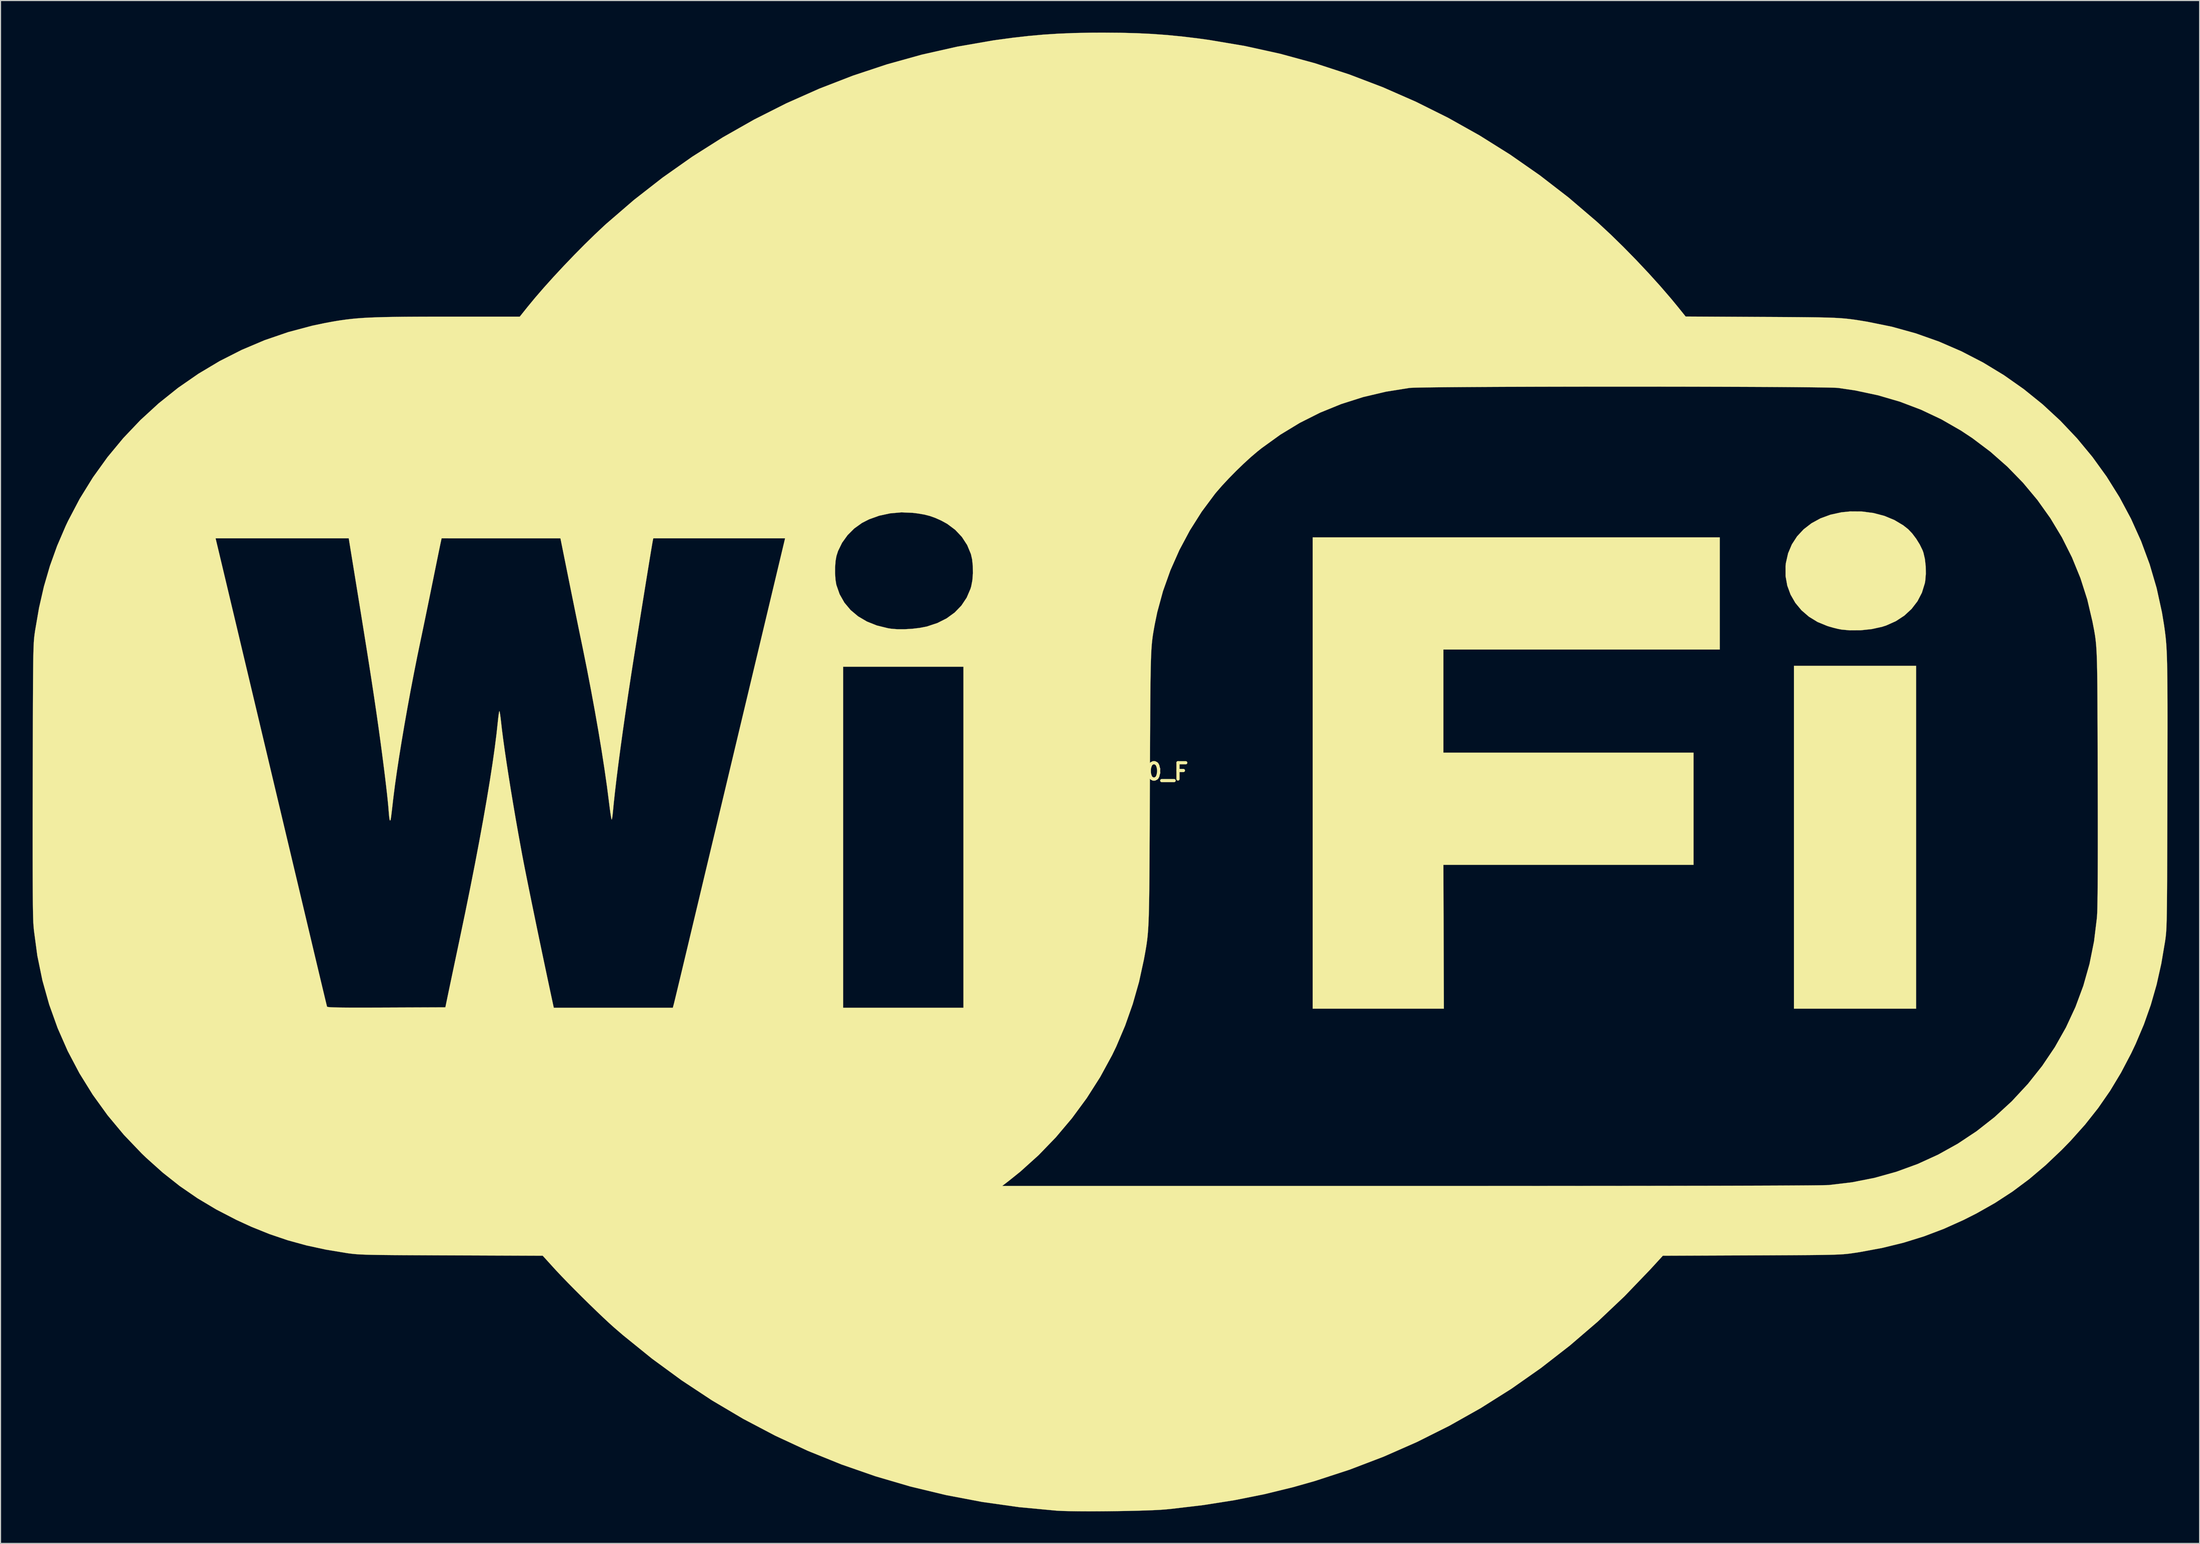
<source format=kicad_pcb>
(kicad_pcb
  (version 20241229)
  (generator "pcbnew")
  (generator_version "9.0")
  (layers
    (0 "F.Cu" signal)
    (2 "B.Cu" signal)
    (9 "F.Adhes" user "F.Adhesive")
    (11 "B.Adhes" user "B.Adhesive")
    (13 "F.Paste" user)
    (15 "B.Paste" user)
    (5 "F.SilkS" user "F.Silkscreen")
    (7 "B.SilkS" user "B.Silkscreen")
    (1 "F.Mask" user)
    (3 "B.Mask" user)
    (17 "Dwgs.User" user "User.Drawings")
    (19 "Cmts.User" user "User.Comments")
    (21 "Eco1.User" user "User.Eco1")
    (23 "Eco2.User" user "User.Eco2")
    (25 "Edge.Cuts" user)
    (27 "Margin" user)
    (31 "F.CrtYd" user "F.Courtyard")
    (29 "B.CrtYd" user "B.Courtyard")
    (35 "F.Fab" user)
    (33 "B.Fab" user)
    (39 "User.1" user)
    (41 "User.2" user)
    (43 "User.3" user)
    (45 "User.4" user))
  (footprint "wi-fi_13x20_F"
    (layer "F.Cu")
    (at 99.903 69.175)
    (property "Reference" "wi-fi_13x20_F" (at 0 0 0) (layer "F.SilkS") (effects (font (size 1.524 1.524) (thickness 0.3))))
    (attr through_hole)
    (fp_poly (pts (xy 76.369 22.183) (xy 64.939 22.183) (xy 64.939 -9.906) (xy 76.369 -9.906) (xy 76.369 22.183)) (stroke (width 0.01) (type solid)) (fill yes) (layer "F.SilkS"))
    (fp_poly (pts (xy 57.997 -11.43) (xy 32.131 -11.43) (xy 32.131 -1.778) (xy 55.541 -1.778) (xy 55.541 8.721) (xy 43.836 8.721) (xy 32.131 8.721) (xy 32.175 22.183) (xy 19.897 22.183) (xy 19.897 -21.929) (xy 57.997 -21.929) (xy 57.997 -11.43)) (stroke (width 0.01) (type solid)) (fill yes) (layer "F.SilkS"))
    (fp_poly (pts (xy 71.302 -24.35) (xy 72.379 -24.21) (xy 73.398 -23.942) (xy 74.337 -23.553) (xy 75.176 -23.05) (xy 75.625 -22.695) (xy 76.003 -22.3) (xy 76.38 -21.8) (xy 76.717 -21.255) (xy 76.975 -20.724) (xy 77.054 -20.507) (xy 77.192 -19.914) (xy 77.269 -19.23) (xy 77.282 -18.525) (xy 77.228 -17.868) (xy 77.185 -17.627) (xy 76.915 -16.752) (xy 76.499 -15.95) (xy 75.946 -15.231) (xy 75.269 -14.606) (xy 74.479 -14.088) (xy 73.586 -13.688) (xy 73.194 -13.56) (xy 72.232 -13.347) (xy 71.196 -13.235) (xy 70.15 -13.229) (xy 69.384 -13.3) (xy 69.073 -13.359) (xy 68.67 -13.457) (xy 68.242 -13.578) (xy 68.056 -13.636) (xy 67.146 -14.01) (xy 66.339 -14.505) (xy 65.643 -15.105) (xy 65.067 -15.799) (xy 64.622 -16.571) (xy 64.314 -17.409) (xy 64.154 -18.299) (xy 64.151 -19.227) (xy 64.184 -19.531) (xy 64.39 -20.439) (xy 64.742 -21.272) (xy 65.231 -22.024) (xy 65.846 -22.685) (xy 66.578 -23.249) (xy 67.416 -23.707) (xy 68.352 -24.051) (xy 69.376 -24.275) (xy 70.189 -24.357) (xy 71.302 -24.35)) (stroke (width 0.01) (type solid)) (fill yes) (layer "F.SilkS"))
    (fp_poly (pts (xy 1.902 -69.158) (xy 3.427 -69.118) (xy 4.871 -69.049) (xy 6.28 -68.946) (xy 7.697 -68.807) (xy 9.166 -68.63) (xy 10.202 -68.487) (xy 13.546 -67.923) (xy 16.85 -67.195) (xy 20.107 -66.307) (xy 23.313 -65.262) (xy 26.462 -64.061) (xy 29.548 -62.707) (xy 32.565 -61.204) (xy 35.509 -59.553) (xy 38.374 -57.757) (xy 41.153 -55.819) (xy 43.842 -53.742) (xy 46.435 -51.527) (xy 46.674 -51.312) (xy 47.803 -50.261) (xy 48.974 -49.116) (xy 50.154 -47.912) (xy 51.313 -46.681) (xy 52.418 -45.459) (xy 53.437 -44.278) (xy 54.038 -43.548) (xy 54.804 -42.599) (xy 61.925 -42.562) (xy 63.214 -42.556) (xy 64.348 -42.549) (xy 65.34 -42.542) (xy 66.205 -42.534) (xy 66.956 -42.525) (xy 67.607 -42.513) (xy 68.173 -42.498) (xy 68.667 -42.48) (xy 69.103 -42.457) (xy 69.495 -42.43) (xy 69.857 -42.397) (xy 70.203 -42.358) (xy 70.547 -42.313) (xy 70.902 -42.26) (xy 71.283 -42.199) (xy 71.704 -42.129) (xy 71.797 -42.114) (xy 74.096 -41.647) (xy 76.335 -41.026) (xy 78.51 -40.256) (xy 80.614 -39.343) (xy 82.642 -38.294) (xy 84.587 -37.113) (xy 86.444 -35.807) (xy 88.208 -34.383) (xy 89.871 -32.845) (xy 91.428 -31.2) (xy 92.874 -29.454) (xy 94.203 -27.614) (xy 95.408 -25.684) (xy 96.484 -23.671) (xy 97.425 -21.58) (xy 98.225 -19.419) (xy 98.879 -17.192) (xy 99.38 -14.906) (xy 99.569 -13.758) (xy 99.615 -13.44) (xy 99.657 -13.135) (xy 99.695 -12.836) (xy 99.729 -12.532) (xy 99.759 -12.215) (xy 99.786 -11.875) (xy 99.809 -11.504) (xy 99.829 -11.091) (xy 99.846 -10.629) (xy 99.86 -10.106) (xy 99.872 -9.516) (xy 99.881 -8.847) (xy 99.888 -8.091) (xy 99.893 -7.239) (xy 99.897 -6.282) (xy 99.898 -5.21) (xy 99.898 -4.014) (xy 99.896 -2.685) (xy 99.894 -1.213) (xy 99.89 0.41) (xy 99.886 2.074) (xy 99.882 3.777) (xy 99.878 5.319) (xy 99.874 6.71) (xy 99.87 7.958) (xy 99.866 9.072) (xy 99.862 10.061) (xy 99.857 10.934) (xy 99.851 11.699) (xy 99.845 12.367) (xy 99.838 12.944) (xy 99.83 13.442) (xy 99.821 13.867) (xy 99.81 14.23) (xy 99.799 14.538) (xy 99.785 14.801) (xy 99.77 15.029) (xy 99.753 15.228) (xy 99.734 15.409) (xy 99.713 15.581) (xy 99.69 15.751) (xy 99.672 15.875) (xy 99.318 17.967) (xy 98.876 19.942) (xy 98.335 21.83) (xy 97.687 23.663) (xy 96.921 25.474) (xy 96.498 26.366) (xy 95.546 28.18) (xy 94.524 29.876) (xy 93.409 31.485) (xy 92.182 33.036) (xy 90.819 34.56) (xy 90.006 35.395) (xy 88.488 36.836) (xy 86.96 38.131) (xy 85.393 39.3) (xy 83.757 40.365) (xy 82.023 41.347) (xy 80.814 41.958) (xy 78.961 42.791) (xy 77.095 43.498) (xy 75.187 44.09) (xy 73.205 44.575) (xy 71.117 44.963) (xy 70.443 45.065) (xy 70.232 45.095) (xy 70.025 45.121) (xy 69.811 45.144) (xy 69.578 45.164) (xy 69.314 45.181) (xy 69.009 45.196) (xy 68.65 45.209) (xy 68.226 45.22) (xy 67.727 45.23) (xy 67.139 45.238) (xy 66.452 45.245) (xy 65.655 45.251) (xy 64.736 45.257) (xy 63.683 45.262) (xy 62.486 45.268) (xy 61.131 45.273) (xy 60.942 45.274) (xy 52.669 45.306) (xy 51.491 46.592) (xy 49.079 49.103) (xy 46.571 51.477) (xy 43.967 53.713) (xy 41.272 55.808) (xy 38.489 57.762) (xy 35.62 59.571) (xy 32.668 61.234) (xy 29.637 62.75) (xy 26.53 64.117) (xy 23.348 65.332) (xy 20.097 66.394) (xy 18.076 66.967) (xy 15.351 67.633) (xy 12.553 68.191) (xy 9.661 68.646) (xy 6.653 69.001) (xy 6.096 69.054) (xy 5.628 69.089) (xy 5.015 69.12) (xy 4.285 69.148) (xy 3.461 69.173) (xy 2.57 69.193) (xy 1.637 69.209) (xy 0.687 69.22) (xy -0.254 69.227) (xy -1.161 69.228) (xy -2.008 69.224) (xy -2.771 69.214) (xy -3.422 69.198) (xy -3.938 69.176) (xy -4.064 69.168) (xy -7.578 68.839) (xy -11.031 68.352) (xy -14.422 67.708) (xy -17.75 66.908) (xy -21.013 65.951) (xy -24.211 64.839) (xy -27.342 63.572) (xy -30.404 62.15) (xy -33.397 60.575) (xy -36.319 58.846) (xy -39.169 56.964) (xy -41.945 54.93) (xy -44.647 52.744) (xy -45.466 52.039) (xy -45.933 51.619) (xy -46.491 51.1) (xy -47.116 50.505) (xy -47.783 49.858) (xy -48.468 49.184) (xy -49.146 48.507) (xy -49.794 47.85) (xy -50.386 47.238) (xy -50.898 46.695) (xy -51.109 46.465) (xy -52.161 45.306) (xy -60.688 45.274) (xy -62.083 45.269) (xy -63.32 45.263) (xy -64.411 45.258) (xy -65.366 45.253) (xy -66.196 45.247) (xy -66.914 45.24) (xy -67.53 45.233) (xy -68.055 45.224) (xy -68.502 45.214) (xy -68.88 45.201) (xy -69.202 45.187) (xy -69.479 45.171) (xy -69.721 45.152) (xy -69.941 45.131) (xy -70.149 45.106) (xy -70.357 45.079) (xy -70.485 45.061) (xy -72.438 44.738) (xy -74.27 44.342) (xy -76.02 43.861) (xy -77.724 43.284) (xy -79.419 42.601) (xy -80.834 41.95) (xy -82.718 40.974) (xy -84.471 39.927) (xy -86.128 38.787) (xy -86.14 38.777) (xy -9.162 38.777) (xy 28.977 38.777) (xy 32.522 38.777) (xy 35.898 38.777) (xy 39.105 38.776) (xy 42.144 38.774) (xy 45.013 38.772) (xy 47.715 38.77) (xy 50.249 38.768) (xy 52.614 38.765) (xy 54.813 38.761) (xy 56.843 38.758) (xy 58.707 38.754) (xy 60.404 38.749) (xy 61.933 38.744) (xy 63.297 38.739) (xy 64.494 38.733) (xy 65.525 38.727) (xy 66.39 38.721) (xy 67.089 38.714) (xy 67.623 38.706) (xy 67.992 38.699) (xy 68.196 38.691) (xy 68.208 38.69) (xy 70.366 38.434) (xy 72.473 38.019) (xy 74.522 37.447) (xy 76.509 36.722) (xy 78.427 35.846) (xy 80.269 34.821) (xy 82.031 33.651) (xy 83.705 32.338) (xy 85.286 30.885) (xy 85.349 30.823) (xy 86.831 29.226) (xy 88.167 27.544) (xy 89.356 25.78) (xy 90.395 23.939) (xy 91.284 22.025) (xy 92.019 20.042) (xy 92.599 17.994) (xy 93.022 15.885) (xy 93.286 13.721) (xy 93.306 13.462) (xy 93.322 13.171) (xy 93.335 12.729) (xy 93.346 12.134) (xy 93.356 11.385) (xy 93.363 10.479) (xy 93.369 9.415) (xy 93.373 8.191) (xy 93.375 6.806) (xy 93.375 5.257) (xy 93.373 3.544) (xy 93.369 1.664) (xy 93.366 0.508) (xy 93.362 -1.164) (xy 93.358 -2.676) (xy 93.354 -4.037) (xy 93.349 -5.259) (xy 93.344 -6.349) (xy 93.338 -7.318) (xy 93.331 -8.176) (xy 93.322 -8.931) (xy 93.312 -9.594) (xy 93.299 -10.174) (xy 93.283 -10.681) (xy 93.265 -11.124) (xy 93.243 -11.514) (xy 93.218 -11.858) (xy 93.189 -12.169) (xy 93.156 -12.453) (xy 93.119 -12.723) (xy 93.076 -12.986) (xy 93.029 -13.253) (xy 92.975 -13.533) (xy 92.916 -13.837) (xy 92.874 -14.055) (xy 92.391 -16.112) (xy 91.75 -18.115) (xy 90.957 -20.056) (xy 90.018 -21.927) (xy 88.939 -23.72) (xy 87.724 -25.426) (xy 86.379 -27.038) (xy 84.91 -28.547) (xy 83.323 -29.946) (xy 81.622 -31.227) (xy 80.56 -31.929) (xy 78.735 -32.978) (xy 76.835 -33.876) (xy 74.86 -34.626) (xy 72.806 -35.227) (xy 70.671 -35.681) (xy 69.088 -35.916) (xy 68.896 -35.929) (xy 68.544 -35.941) (xy 68.042 -35.953) (xy 67.398 -35.964) (xy 66.624 -35.974) (xy 65.727 -35.983) (xy 64.717 -35.992) (xy 63.604 -36) (xy 62.398 -36.007) (xy 61.107 -36.013) (xy 59.742 -36.018) (xy 58.311 -36.023) (xy 56.824 -36.027) (xy 55.291 -36.031) (xy 53.721 -36.033) (xy 52.123 -36.035) (xy 50.507 -36.036) (xy 48.883 -36.036) (xy 47.259 -36.036) (xy 45.646 -36.035) (xy 44.052 -36.033) (xy 42.488 -36.03) (xy 40.962 -36.027) (xy 39.484 -36.022) (xy 38.063 -36.018) (xy 36.71 -36.012) (xy 35.433 -36.005) (xy 34.242 -35.998) (xy 33.146 -35.99) (xy 32.156 -35.982) (xy 31.279 -35.972) (xy 30.526 -35.962) (xy 29.906 -35.951) (xy 29.429 -35.939) (xy 29.104 -35.927) (xy 28.956 -35.916) (xy 26.751 -35.564) (xy 24.621 -35.061) (xy 22.568 -34.407) (xy 20.592 -33.602) (xy 18.693 -32.647) (xy 16.871 -31.541) (xy 15.128 -30.285) (xy 14.727 -29.966) (xy 14.105 -29.437) (xy 13.425 -28.814) (xy 12.724 -28.136) (xy 12.039 -27.438) (xy 11.406 -26.758) (xy 10.863 -26.133) (xy 10.749 -25.994) (xy 9.515 -24.336) (xy 8.404 -22.579) (xy 7.423 -20.742) (xy 6.582 -18.842) (xy 5.889 -16.897) (xy 5.352 -14.926) (xy 5.12 -13.801) (xy 5.066 -13.507) (xy 5.018 -13.235) (xy 4.974 -12.977) (xy 4.934 -12.723) (xy 4.899 -12.465) (xy 4.867 -12.191) (xy 4.839 -11.895) (xy 4.814 -11.566) (xy 4.792 -11.196) (xy 4.773 -10.775) (xy 4.757 -10.294) (xy 4.742 -9.744) (xy 4.73 -9.115) (xy 4.719 -8.399) (xy 4.71 -7.587) (xy 4.702 -6.669) (xy 4.694 -5.636) (xy 4.687 -4.479) (xy 4.68 -3.189) (xy 4.674 -1.757) (xy 4.667 -0.173) (xy 4.66 1.482) (xy 4.652 3.237) (xy 4.645 4.832) (xy 4.638 6.277) (xy 4.632 7.58) (xy 4.625 8.75) (xy 4.617 9.798) (xy 4.608 10.732) (xy 4.598 11.561) (xy 4.586 12.296) (xy 4.573 12.944) (xy 4.557 13.516) (xy 4.538 14.02) (xy 4.516 14.466) (xy 4.492 14.863) (xy 4.463 15.221) (xy 4.431 15.548) (xy 4.394 15.855) (xy 4.353 16.149) (xy 4.307 16.441) (xy 4.256 16.74) (xy 4.2 17.055) (xy 4.137 17.395) (xy 4.097 17.611) (xy 3.647 19.68) (xy 3.058 21.749) (xy 2.344 23.776) (xy 1.519 25.721) (xy 1.127 26.534) (xy 0.011 28.582) (xy -1.246 30.555) (xy -2.633 32.44) (xy -4.138 34.224) (xy -5.752 35.894) (xy -7.462 37.435) (xy -8.539 38.3) (xy -9.162 38.777) (xy -86.14 38.777) (xy -87.72 37.529) (xy -89.279 36.133) (xy -89.694 35.733) (xy -91.361 33.99) (xy -92.889 32.155) (xy -94.276 30.233) (xy -95.518 28.231) (xy -96.613 26.154) (xy -97.557 24.008) (xy -98.349 21.801) (xy -98.984 19.537) (xy -99.46 17.223) (xy -99.775 14.866) (xy -99.821 14.35) (xy -99.836 14.109) (xy -99.849 13.761) (xy -99.861 13.3) (xy -99.871 12.723) (xy -99.879 12.024) (xy -99.886 11.199) (xy -99.891 10.241) (xy -99.895 9.146) (xy -99.897 7.909) (xy -99.898 6.524) (xy -99.897 4.988) (xy -99.895 3.295) (xy -99.891 1.439) (xy -99.89 0.635) (xy -99.886 -1.066) (xy -99.882 -2.607) (xy -99.878 -3.996) (xy -99.874 -5.242) (xy -99.871 -6.355) (xy -99.866 -7.343) (xy -99.862 -8.214) (xy -99.856 -8.979) (xy -99.85 -9.645) (xy -99.844 -10.221) (xy -99.836 -10.717) (xy -99.827 -11.141) (xy -99.816 -11.503) (xy -99.804 -11.81) (xy -99.791 -12.072) (xy -99.776 -12.298) (xy -99.759 -12.497) (xy -99.74 -12.678) (xy -99.718 -12.848) (xy -99.695 -13.018) (xy -99.669 -13.196) (xy -99.303 -15.321) (xy -98.844 -17.332) (xy -98.282 -19.257) (xy -97.609 -21.131) (xy -97.302 -21.844) (xy -82.778 -21.844) (xy -82.499 -20.68) (xy -82.436 -20.417) (xy -82.337 -19.998) (xy -82.202 -19.435) (xy -82.036 -18.736) (xy -81.839 -17.91) (xy -81.615 -16.969) (xy -81.366 -15.921) (xy -81.093 -14.776) (xy -80.8 -13.545) (xy -80.489 -12.235) (xy -80.162 -10.858) (xy -79.82 -9.423) (xy -79.468 -7.94) (xy -79.106 -6.418) (xy -78.737 -4.867) (xy -78.364 -3.297) (xy -77.988 -1.718) (xy -77.613 -0.138) (xy -77.24 1.431) (xy -76.871 2.981) (xy -76.51 4.501) (xy -76.158 5.983) (xy -75.817 7.415) (xy -75.491 8.79) (xy -75.18 10.096) (xy -74.889 11.324) (xy -74.618 12.465) (xy -74.37 13.509) (xy -74.148 14.445) (xy -73.953 15.265) (xy -73.788 15.959) (xy -73.778 16.002) (xy -73.548 16.974) (xy -73.328 17.898) (xy -73.122 18.762) (xy -72.934 19.552) (xy -72.766 20.255) (xy -72.622 20.857) (xy -72.505 21.346) (xy -72.417 21.707) (xy -72.363 21.927) (xy -72.346 21.993) (xy -72.307 22.015) (xy -72.198 22.033) (xy -72.009 22.049) (xy -71.73 22.061) (xy -71.351 22.071) (xy -70.861 22.077) (xy -70.249 22.082) (xy -69.506 22.083) (xy -68.622 22.083) (xy -67.585 22.08) (xy -66.791 22.077) (xy -61.272 22.056) (xy -61.036 20.913) (xy -60.97 20.598) (xy -60.874 20.14) (xy -60.752 19.559) (xy -60.609 18.878) (xy -60.449 18.119) (xy -60.277 17.303) (xy -60.097 16.452) (xy -59.915 15.588) (xy -59.913 15.579) (xy -59.411 13.177) (xy -58.941 10.862) (xy -58.504 8.644) (xy -58.102 6.528) (xy -57.735 4.524) (xy -57.405 2.637) (xy -57.113 0.877) (xy -56.861 -0.75) (xy -56.65 -2.235) (xy -56.481 -3.572) (xy -56.367 -4.636) (xy -56.325 -5.031) (xy -56.283 -5.358) (xy -56.245 -5.582) (xy -56.218 -5.672) (xy -56.216 -5.673) (xy -56.188 -5.594) (xy -56.15 -5.379) (xy -56.106 -5.062) (xy -56.062 -4.678) (xy -55.974 -3.905) (xy -55.855 -2.986) (xy -55.709 -1.942) (xy -55.539 -0.791) (xy -55.347 0.445) (xy -55.139 1.747) (xy -54.915 3.094) (xy -54.681 4.468) (xy -54.438 5.846) (xy -54.19 7.21) (xy -54.067 7.874) (xy -53.95 8.483) (xy -53.802 9.238) (xy -53.625 10.121) (xy -53.425 11.113) (xy -53.205 12.194) (xy -52.968 13.346) (xy -52.72 14.55) (xy -52.463 15.786) (xy -52.201 17.037) (xy -51.939 18.282) (xy -51.681 19.502) (xy -51.43 20.68) (xy -51.221 21.654) (xy -51.125 22.098) (xy -39.985 22.098) (xy -39.888 21.738) (xy -39.854 21.602) (xy -39.784 21.314) (xy -39.68 20.886) (xy -39.547 20.333) (xy -39.387 19.667) (xy -39.203 18.9) (xy -38.999 18.047) (xy -38.777 17.118) (xy -38.54 16.128) (xy -38.293 15.09) (xy -38.147 14.478) (xy -37.84 13.191) (xy -37.518 11.843) (xy -37.181 10.428) (xy -36.826 8.939) (xy -36.451 7.367) (xy -36.054 5.706) (xy -35.635 3.948) (xy -35.19 2.085) (xy -34.719 0.111) (xy -34.22 -1.982) (xy -33.69 -4.202) (xy -33.128 -6.555) (xy -32.532 -9.049) (xy -32.348 -9.821) (xy -24.045 -9.821) (xy -24.045 22.098) (xy -12.785 22.098) (xy -12.785 -9.821) (xy -24.045 -9.821) (xy -32.348 -9.821) (xy -31.901 -11.692) (xy -31.233 -14.491) (xy -31.105 -15.028) (xy -30.871 -16.008) (xy -30.646 -16.951) (xy -30.433 -17.841) (xy -30.263 -18.553) (xy -24.8 -18.553) (xy -24.763 -17.984) (xy -24.686 -17.51) (xy -24.679 -17.48) (xy -24.373 -16.605) (xy -23.927 -15.819) (xy -23.348 -15.128) (xy -22.644 -14.537) (xy -21.821 -14.053) (xy -20.888 -13.681) (xy -19.852 -13.427) (xy -19.537 -13.377) (xy -18.96 -13.331) (xy -18.282 -13.331) (xy -17.564 -13.375) (xy -16.866 -13.459) (xy -16.25 -13.578) (xy -16.208 -13.588) (xy -15.231 -13.91) (xy -14.363 -14.347) (xy -13.61 -14.894) (xy -12.981 -15.543) (xy -12.485 -16.286) (xy -12.128 -17.116) (xy -12.057 -17.357) (xy -11.95 -17.919) (xy -11.901 -18.565) (xy -11.909 -19.233) (xy -11.973 -19.862) (xy -12.086 -20.362) (xy -12.437 -21.208) (xy -12.932 -21.969) (xy -13.559 -22.636) (xy -14.308 -23.196) (xy -14.855 -23.496) (xy -15.405 -23.743) (xy -15.916 -23.927) (xy -16.443 -24.062) (xy -17.045 -24.165) (xy -17.539 -24.226) (xy -18.59 -24.27) (xy -19.645 -24.178) (xy -20.667 -23.958) (xy -21.623 -23.616) (xy -22.286 -23.277) (xy -23.005 -22.762) (xy -23.632 -22.135) (xy -24.145 -21.422) (xy -24.522 -20.651) (xy -24.673 -20.181) (xy -24.755 -19.716) (xy -24.797 -19.152) (xy -24.8 -18.553) (xy -30.263 -18.553) (xy -30.237 -18.663) (xy -30.06 -19.404) (xy -29.906 -20.049) (xy -29.779 -20.583) (xy -29.681 -20.992) (xy -29.617 -21.261) (xy -29.594 -21.357) (xy -29.479 -21.844) (xy -41.812 -21.844) (xy -41.861 -21.611) (xy -41.891 -21.449) (xy -41.944 -21.136) (xy -42.02 -20.687) (xy -42.114 -20.119) (xy -42.224 -19.448) (xy -42.348 -18.688) (xy -42.483 -17.858) (xy -42.626 -16.971) (xy -42.775 -16.045) (xy -42.928 -15.095) (xy -43.082 -14.137) (xy -43.233 -13.188) (xy -43.381 -12.262) (xy -43.521 -11.376) (xy -43.653 -10.547) (xy -43.772 -9.789) (xy -43.876 -9.119) (xy -43.898 -8.975) (xy -44.174 -7.168) (xy -44.432 -5.423) (xy -44.671 -3.752) (xy -44.889 -2.17) (xy -45.085 -0.69) (xy -45.257 0.676) (xy -45.402 1.914) (xy -45.52 3.01) (xy -45.598 3.831) (xy -45.631 4.14) (xy -45.668 4.371) (xy -45.702 4.483) (xy -45.709 4.487) (xy -45.735 4.407) (xy -45.776 4.185) (xy -45.829 3.845) (xy -45.888 3.414) (xy -45.951 2.917) (xy -45.958 2.857) (xy -46.147 1.386) (xy -46.378 -0.226) (xy -46.646 -1.958) (xy -46.949 -3.786) (xy -47.283 -5.688) (xy -47.643 -7.643) (xy -48.025 -9.629) (xy -48.427 -11.623) (xy -48.589 -12.404) (xy -48.678 -12.831) (xy -48.795 -13.398) (xy -48.934 -14.079) (xy -49.091 -14.847) (xy -49.259 -15.675) (xy -49.434 -16.537) (xy -49.61 -17.407) (xy -49.715 -17.927) (xy -50.504 -21.843) (xy -56.063 -21.843) (xy -61.623 -21.844) (xy -61.72 -21.399) (xy -61.758 -21.218) (xy -61.825 -20.892) (xy -61.918 -20.442) (xy -62.031 -19.888) (xy -62.16 -19.252) (xy -62.302 -18.555) (xy -62.451 -17.817) (xy -62.485 -17.653) (xy -62.654 -16.821) (xy -62.832 -15.949) (xy -63.012 -15.072) (xy -63.186 -14.226) (xy -63.348 -13.446) (xy -63.489 -12.768) (xy -63.584 -12.319) (xy -63.901 -10.792) (xy -64.214 -9.216) (xy -64.521 -7.615) (xy -64.816 -6.011) (xy -65.096 -4.427) (xy -65.357 -2.887) (xy -65.596 -1.413) (xy -65.807 -0.029) (xy -65.988 1.244) (xy -66.133 2.381) (xy -66.167 2.667) (xy -66.237 3.28) (xy -66.291 3.745) (xy -66.332 4.082) (xy -66.364 4.313) (xy -66.388 4.456) (xy -66.409 4.534) (xy -66.43 4.566) (xy -66.453 4.572) (xy -66.456 4.572) (xy -66.488 4.493) (xy -66.523 4.281) (xy -66.556 3.97) (xy -66.576 3.704) (xy -66.611 3.263) (xy -66.668 2.675) (xy -66.745 1.958) (xy -66.841 1.133) (xy -66.951 0.218) (xy -67.075 -0.765) (xy -67.209 -1.798) (xy -67.351 -2.862) (xy -67.499 -3.935) (xy -67.648 -4.983) (xy -67.753 -5.712) (xy -67.859 -6.429) (xy -67.966 -7.149) (xy -68.078 -7.888) (xy -68.196 -8.662) (xy -68.324 -9.484) (xy -68.463 -10.371) (xy -68.616 -11.338) (xy -68.786 -12.399) (xy -68.974 -13.571) (xy -69.183 -14.869) (xy -69.416 -16.306) (xy -69.604 -17.462) (xy -70.316 -21.844) (xy -76.547 -21.844) (xy -82.778 -21.844) (xy -97.302 -21.844) (xy -96.813 -22.983) (xy -96.592 -23.452) (xy -95.494 -25.541) (xy -94.259 -27.538) (xy -92.895 -29.435) (xy -91.409 -31.228) (xy -89.808 -32.911) (xy -88.099 -34.478) (xy -86.29 -35.924) (xy -84.386 -37.243) (xy -82.397 -38.43) (xy -80.328 -39.479) (xy -78.188 -40.385) (xy -75.982 -41.141) (xy -73.72 -41.744) (xy -72.559 -41.987) (xy -72.019 -42.088) (xy -71.51 -42.177) (xy -71.018 -42.255) (xy -70.528 -42.322) (xy -70.026 -42.38) (xy -69.499 -42.429) (xy -68.932 -42.47) (xy -68.311 -42.503) (xy -67.622 -42.529) (xy -66.852 -42.55) (xy -65.985 -42.565) (xy -65.008 -42.576) (xy -63.908 -42.582) (xy -62.668 -42.586) (xy -61.277 -42.587) (xy -60.967 -42.587) (xy -54.31 -42.587) (xy -53.583 -43.498) (xy -52.868 -44.364) (xy -52.049 -45.311) (xy -51.151 -46.309) (xy -50.2 -47.332) (xy -49.222 -48.352) (xy -48.244 -49.342) (xy -47.291 -50.273) (xy -46.391 -51.119) (xy -46.213 -51.28) (xy -43.626 -53.511) (xy -40.942 -55.604) (xy -38.169 -57.558) (xy -35.31 -59.37) (xy -32.372 -61.037) (xy -29.36 -62.557) (xy -26.28 -63.926) (xy -23.136 -65.144) (xy -19.935 -66.206) (xy -16.683 -67.111) (xy -13.384 -67.855) (xy -10.043 -68.436) (xy -9.694 -68.487) (xy -8.166 -68.693) (xy -6.719 -68.857) (xy -5.309 -68.984) (xy -3.893 -69.075) (xy -2.427 -69.134) (xy -0.867 -69.165) (xy 0.254 -69.17) (xy 1.902 -69.158)) (stroke (width 0.01) (type solid)) (fill yes) (layer "F.SilkS")))
  (gr_rect
    (start -3 -3)
    (end 202.806 141.408)
    (stroke (width 0.1) (type default))
    (fill no)
    (layer "Edge.Cuts")))
</source>
